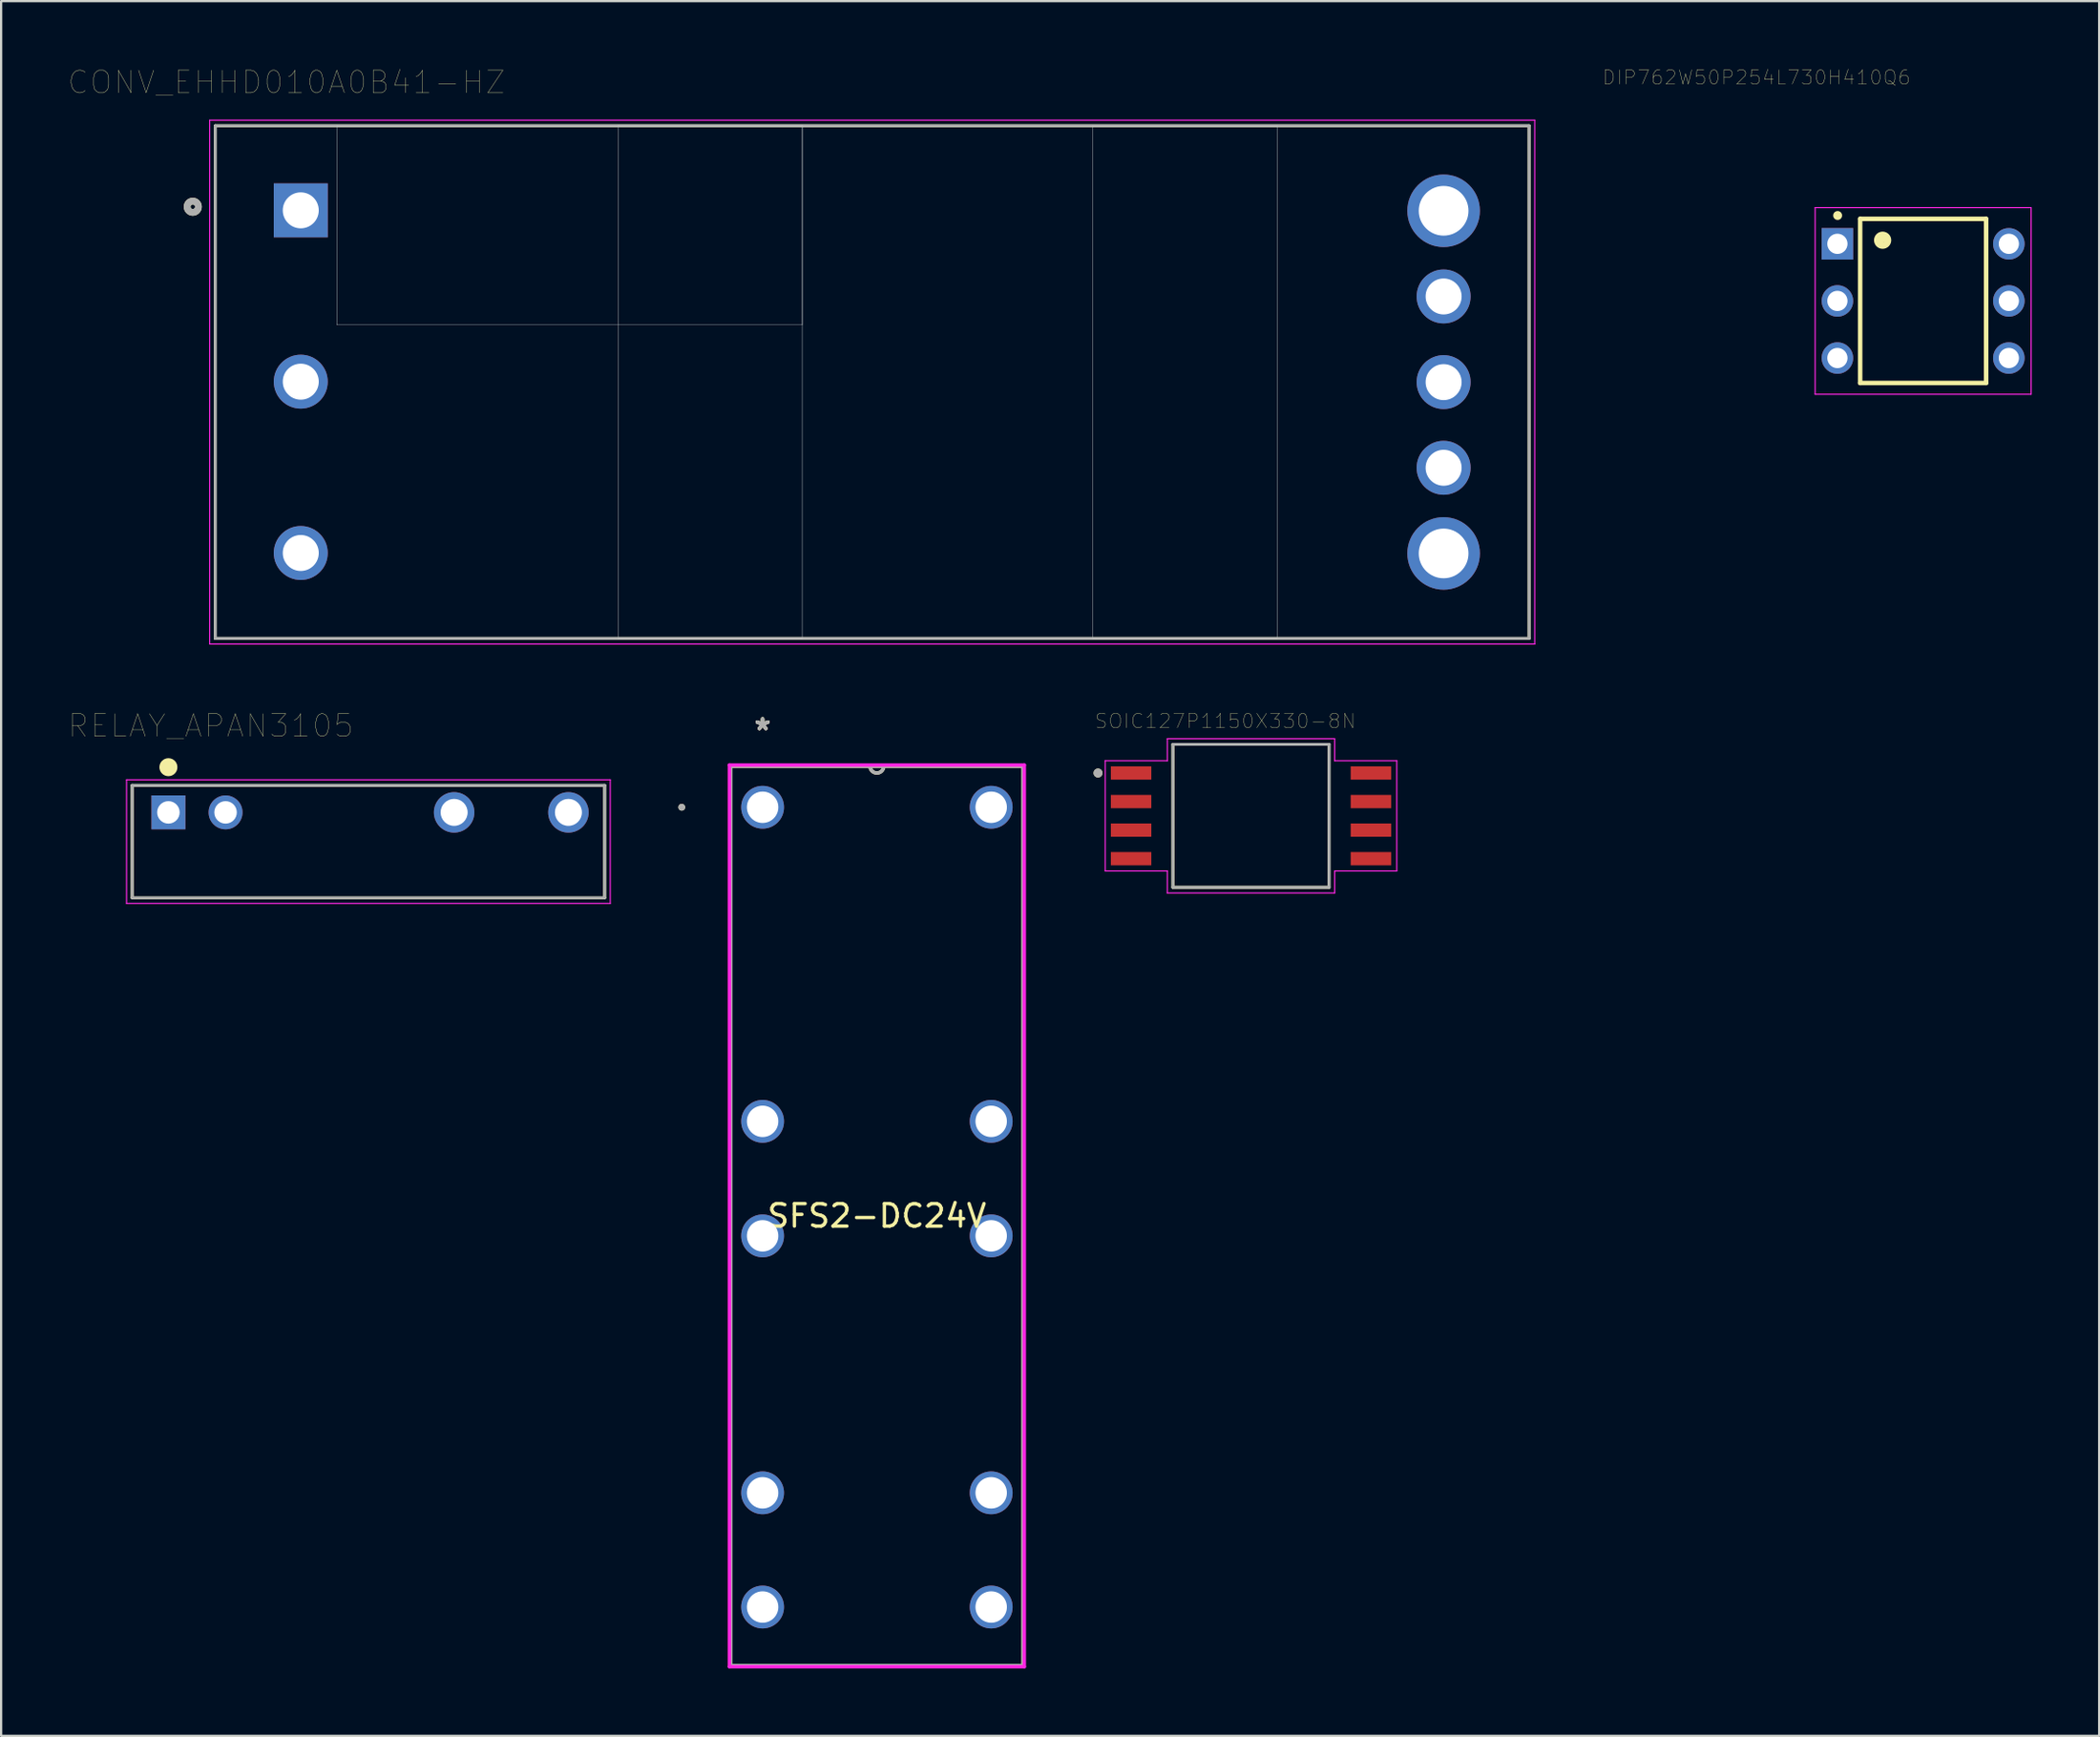
<source format=kicad_pcb>
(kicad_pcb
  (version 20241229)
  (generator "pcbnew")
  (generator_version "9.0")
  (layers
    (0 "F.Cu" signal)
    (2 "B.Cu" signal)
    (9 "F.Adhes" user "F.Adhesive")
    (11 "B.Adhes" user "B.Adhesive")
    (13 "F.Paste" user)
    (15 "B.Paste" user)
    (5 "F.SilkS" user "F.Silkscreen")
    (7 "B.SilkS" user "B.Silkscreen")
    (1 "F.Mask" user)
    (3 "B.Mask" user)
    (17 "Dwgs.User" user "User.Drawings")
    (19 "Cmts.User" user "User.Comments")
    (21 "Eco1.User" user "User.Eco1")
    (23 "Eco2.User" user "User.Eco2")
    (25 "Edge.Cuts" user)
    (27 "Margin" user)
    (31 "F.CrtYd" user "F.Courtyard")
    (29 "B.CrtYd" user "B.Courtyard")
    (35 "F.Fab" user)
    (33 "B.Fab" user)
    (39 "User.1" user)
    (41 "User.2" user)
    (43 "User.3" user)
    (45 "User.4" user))
  (footprint "SOIC127P1150X330-8N"
    (layer "F.Cu")
    (at 52.557 33.238)
    (property "Reference" "SOIC127P1150X330-8N" (at -1.143 -4.216 0) (layer "F.SilkS") (effects (font (size 0.64 0.64) (thickness 0.015))))
    (attr through_hole)
    (fp_line (start -3.47 -3.18) (end -3.47 3.18) (stroke (width 0.127) (type solid)) (layer "F.SilkS"))
    (fp_line (start -3.47 3.18) (end 3.47 3.18) (stroke (width 0.127) (type solid)) (layer "F.SilkS"))
    (fp_line (start 3.47 -3.18) (end -3.47 -3.18) (stroke (width 0.127) (type solid)) (layer "F.SilkS"))
    (fp_line (start 3.47 3.18) (end 3.47 -3.18) (stroke (width 0.127) (type solid)) (layer "F.SilkS"))
    (fp_circle (center -6.8 -1.905) (end -6.7 -1.905) (stroke (width 0.2) (type solid)) (fill no) (layer "F.SilkS"))
    (fp_line (start -6.48 -2.45) (end -3.72 -2.45) (stroke (width 0.05) (type solid)) (layer "F.CrtYd"))
    (fp_line (start -6.48 2.45) (end -6.48 -2.45) (stroke (width 0.05) (type solid)) (layer "F.CrtYd"))
    (fp_line (start -6.48 2.45) (end -3.72 2.45) (stroke (width 0.05) (type solid)) (layer "F.CrtYd"))
    (fp_line (start -3.72 -3.43) (end -3.72 -2.45) (stroke (width 0.05) (type solid)) (layer "F.CrtYd"))
    (fp_line (start -3.72 -3.43) (end 3.72 -3.43) (stroke (width 0.05) (type solid)) (layer "F.CrtYd"))
    (fp_line (start -3.72 3.43) (end -3.72 2.45) (stroke (width 0.05) (type solid)) (layer "F.CrtYd"))
    (fp_line (start 3.72 -3.43) (end 3.72 -2.45) (stroke (width 0.05) (type solid)) (layer "F.CrtYd"))
    (fp_line (start 3.72 3.43) (end -3.72 3.43) (stroke (width 0.05) (type solid)) (layer "F.CrtYd"))
    (fp_line (start 3.72 3.43) (end 3.72 2.45) (stroke (width 0.05) (type solid)) (layer "F.CrtYd"))
    (fp_line (start 6.48 -2.45) (end 3.72 -2.45) (stroke (width 0.05) (type solid)) (layer "F.CrtYd"))
    (fp_line (start 6.48 -2.45) (end 6.48 2.45) (stroke (width 0.05) (type solid)) (layer "F.CrtYd"))
    (fp_line (start 6.48 2.45) (end 3.72 2.45) (stroke (width 0.05) (type solid)) (layer "F.CrtYd"))
    (fp_line (start -3.47 -3.18) (end -3.47 3.18) (stroke (width 0.127) (type solid)) (layer "F.Fab"))
    (fp_line (start -3.47 3.18) (end 3.47 3.18) (stroke (width 0.127) (type solid)) (layer "F.Fab"))
    (fp_line (start 3.47 -3.18) (end -3.47 -3.18) (stroke (width 0.127) (type solid)) (layer "F.Fab"))
    (fp_line (start 3.47 3.18) (end 3.47 -3.18) (stroke (width 0.127) (type solid)) (layer "F.Fab"))
    (fp_circle (center -6.8 -1.905) (end -6.7 -1.905) (stroke (width 0.2) (type solid)) (fill no) (layer "F.Fab"))
    (pad "1" smd rect (at -5.33 -1.905) (size 1.8 0.59) (layers "F.Cu" "F.Mask" "F.Paste"))
    (pad "2" smd rect (at -5.33 -0.635) (size 1.8 0.59) (layers "F.Cu" "F.Mask" "F.Paste"))
    (pad "3" smd rect (at -5.33 0.635) (size 1.8 0.59) (layers "F.Cu" "F.Mask" "F.Paste"))
    (pad "4" smd rect (at -5.33 1.905) (size 1.8 0.59) (layers "F.Cu" "F.Mask" "F.Paste"))
    (pad "5" smd rect (at 5.33 1.905) (size 1.8 0.59) (layers "F.Cu" "F.Mask" "F.Paste"))
    (pad "6" smd rect (at 5.33 0.635) (size 1.8 0.59) (layers "F.Cu" "F.Mask" "F.Paste"))
    (pad "7" smd rect (at 5.33 -0.635) (size 1.8 0.59) (layers "F.Cu" "F.Mask" "F.Paste"))
    (pad "8" smd rect (at 5.33 -1.905) (size 1.8 0.59) (layers "F.Cu" "F.Mask" "F.Paste")))
  (footprint "CONV_EHHD010A0B41-HZ"
    (layer "F.Cu")
    (at 35.719 13.946)
    (property "Reference" "CONV_EHHD010A0B41-HZ" (at -26.035 -13.335 0) (layer "F.SilkS") (effects (font (size 1 1) (thickness 0.015))))
    (attr through_hole)
    (fp_line (start -29.2 -11.4) (end 29.2 -11.4) (stroke (width 0.127) (type solid)) (layer "F.SilkS"))
    (fp_line (start -29.2 11.4) (end -29.2 -11.4) (stroke (width 0.127) (type solid)) (layer "F.SilkS"))
    (fp_line (start 29.2 -11.4) (end 29.2 11.4) (stroke (width 0.127) (type solid)) (layer "F.SilkS"))
    (fp_line (start 29.2 11.4) (end -29.2 11.4) (stroke (width 0.127) (type solid)) (layer "F.SilkS"))
    (fp_circle (center -30.2 -7.8) (end -30.1 -7.8) (stroke (width 0.3) (type solid)) (fill no) (layer "F.SilkS"))
    (fp_poly (pts (xy -23.8 -11.4) (xy -3.1 -11.4) (xy -3.1 -2.54) (xy -23.8 -2.54)) (stroke (width 0.01) (type solid)) (fill no) (layer "Dwgs.User"))
    (fp_poly (pts (xy -23.8 -11.4) (xy -3.1 -11.4) (xy -3.1 -2.54) (xy -23.8 -2.54)) (stroke (width 0.01) (type solid)) (fill no) (layer "Dwgs.User"))
    (fp_poly (pts (xy -11.3 -11.43) (xy -3.1 -11.43) (xy -3.1 11.4) (xy -11.3 11.4)) (stroke (width 0.01) (type solid)) (fill no) (layer "Dwgs.User"))
    (fp_poly (pts (xy -11.3 -11.43) (xy -3.1 -11.43) (xy -3.1 11.4) (xy -11.3 11.4)) (stroke (width 0.01) (type solid)) (fill no) (layer "Dwgs.User"))
    (fp_poly (pts (xy 9.8 -11.4) (xy 18 -11.4) (xy 18 11.4) (xy 9.8 11.4)) (stroke (width 0.01) (type solid)) (fill no) (layer "Dwgs.User"))
    (fp_poly (pts (xy 9.8 -11.4) (xy 18 -11.4) (xy 18 11.4) (xy 9.8 11.4)) (stroke (width 0.01) (type solid)) (fill no) (layer "Dwgs.User"))
    (fp_line (start -29.45 -11.65) (end 29.45 -11.65) (stroke (width 0.05) (type solid)) (layer "F.CrtYd"))
    (fp_line (start -29.45 11.65) (end -29.45 -11.65) (stroke (width 0.05) (type solid)) (layer "F.CrtYd"))
    (fp_line (start 29.45 -11.65) (end 29.45 11.65) (stroke (width 0.05) (type solid)) (layer "F.CrtYd"))
    (fp_line (start 29.45 11.65) (end -29.45 11.65) (stroke (width 0.05) (type solid)) (layer "F.CrtYd"))
    (fp_line (start -29.2 -11.4) (end 29.2 -11.4) (stroke (width 0.127) (type solid)) (layer "F.Fab"))
    (fp_line (start -29.2 11.4) (end -29.2 -11.4) (stroke (width 0.127) (type solid)) (layer "F.Fab"))
    (fp_line (start 29.2 -11.4) (end 29.2 11.4) (stroke (width 0.127) (type solid)) (layer "F.Fab"))
    (fp_line (start 29.2 11.4) (end -29.2 11.4) (stroke (width 0.127) (type solid)) (layer "F.Fab"))
    (fp_circle (center -30.2 -7.8) (end -30.1 -7.8) (stroke (width 0.3) (type solid)) (fill no) (layer "F.Fab"))
    (pad "1" thru_hole rect (at -25.4 -7.64) (size 2.4 2.4) (drill 1.6) (layers "*.Cu" "*.Mask"))
    (pad "2" thru_hole circle (at -25.4 -0.02) (size 2.4 2.4) (drill 1.6) (layers "*.Cu" "*.Mask"))
    (pad "3" thru_hole circle (at -25.4 7.6) (size 2.4 2.4) (drill 1.6) (layers "*.Cu" "*.Mask"))
    (pad "4" thru_hole circle (at 25.4 7.62) (size 3.226 3.226) (drill 2.21) (layers "*.Cu" "*.Mask"))
    (pad "5" thru_hole circle (at 25.4 3.81) (size 2.4 2.4) (drill 1.6) (layers "*.Cu" "*.Mask"))
    (pad "6" thru_hole circle (at 25.4 0) (size 2.4 2.4) (drill 1.6) (layers "*.Cu" "*.Mask"))
    (pad "7" thru_hole circle (at 25.4 -3.81) (size 2.4 2.4) (drill 1.6) (layers "*.Cu" "*.Mask"))
    (pad "8" thru_hole circle (at 25.4 -7.62) (size 3.226 3.226) (drill 2.21) (layers "*.Cu" "*.Mask")))
  (footprint "DIP762W50P254L730H410Q6"
    (layer "F.Cu")
    (at 82.433 10.335)
    (property "Reference" "DIP762W50P254L730H410Q6" (at -7.41 -9.94 0) (layer "F.SilkS") (effects (font (size 0.63 0.63) (thickness 0.015))))
    (attr through_hole)
    (fp_line (start -2.8 -3.65) (end 2.8 -3.65) (stroke (width 0.2) (type solid)) (layer "F.SilkS"))
    (fp_line (start -2.8 3.65) (end -2.8 -3.65) (stroke (width 0.2) (type solid)) (layer "F.SilkS"))
    (fp_line (start -2 -2.6) (end -1.8 -2.9) (stroke (width 0.2) (type solid)) (layer "F.SilkS"))
    (fp_line (start -2 -2.6) (end -1.8 -2.7) (stroke (width 0.2) (type solid)) (layer "F.SilkS"))
    (fp_line (start -1.8 -2.9) (end -1.6 -2.7) (stroke (width 0.2) (type solid)) (layer "F.SilkS"))
    (fp_line (start -1.7 -2.5) (end -2 -2.6) (stroke (width 0.2) (type solid)) (layer "F.SilkS"))
    (fp_line (start -1.6 -2.7) (end -1.7 -2.5) (stroke (width 0.2) (type solid)) (layer "F.SilkS"))
    (fp_line (start 2.8 -3.65) (end 2.8 3.65) (stroke (width 0.2) (type solid)) (layer "F.SilkS"))
    (fp_line (start 2.8 3.65) (end -2.8 3.65) (stroke (width 0.2) (type solid)) (layer "F.SilkS"))
    (fp_circle (center -3.8 -3.8) (end -3.7 -3.8) (stroke (width 0.2) (type solid)) (fill no) (layer "F.SilkS"))
    (fp_circle (center -1.8 -2.7) (end -1.517 -2.7) (stroke (width 0.2) (type solid)) (fill no) (layer "F.SilkS"))
    (fp_line (start -4.8 -4.15) (end 4.8 -4.15) (stroke (width 0.05) (type solid)) (layer "F.CrtYd"))
    (fp_line (start -4.8 4.15) (end -4.8 -4.15) (stroke (width 0.05) (type solid)) (layer "F.CrtYd"))
    (fp_line (start 4.8 -4.15) (end 4.8 4.15) (stroke (width 0.05) (type solid)) (layer "F.CrtYd"))
    (fp_line (start 4.8 4.15) (end -4.8 4.15) (stroke (width 0.05) (type solid)) (layer "F.CrtYd"))
    (pad "1" thru_hole rect (at -3.81 -2.54) (size 1.4 1.4) (drill 0.9) (layers "*.Cu" "*.Mask"))
    (pad "2" thru_hole circle (at -3.81 0) (size 1.4 1.4) (drill 0.9) (layers "*.Cu" "*.Mask"))
    (pad "3" thru_hole circle (at -3.81 2.54) (size 1.4 1.4) (drill 0.9) (layers "*.Cu" "*.Mask"))
    (pad "4" thru_hole circle (at 3.81 2.54) (size 1.4 1.4) (drill 0.9) (layers "*.Cu" "*.Mask"))
    (pad "5" thru_hole circle (at 3.81 0) (size 1.4 1.4) (drill 0.9) (layers "*.Cu" "*.Mask"))
    (pad "6" thru_hole circle (at 3.81 -2.54) (size 1.4 1.4) (drill 0.9) (layers "*.Cu" "*.Mask")))
  (footprint "SFS2-DC24V"
    (layer "F.Cu")
    (at 35.928 51.03)
    (property "Reference" "SFS2-DC24V" (at 0 0 0) (layer "F.SilkS") (effects (font (size 1 1) (thickness 0.15))))
    (attr through_hole)
    (fp_line (start -6.502 -20.003) (end -6.502 20.003) (stroke (width 0.152) (type solid)) (layer "F.SilkS"))
    (fp_line (start -6.502 20.003) (end 6.502 20.003) (stroke (width 0.152) (type solid)) (layer "F.SilkS"))
    (fp_line (start 6.502 -20.003) (end -6.502 -20.003) (stroke (width 0.152) (type solid)) (layer "F.SilkS"))
    (fp_line (start 6.502 20.003) (end 6.502 -20.003) (stroke (width 0.152) (type solid)) (layer "F.SilkS"))
    (fp_arc (start 0.3048 -20.0025) (mid 0 -19.6977) (end -0.3048 -20.0025) (stroke (width 0.1524) (type solid)) (layer "F.SilkS"))
    (fp_circle (center -8.674 -18.174) (end -8.598 -18.174) (stroke (width 0.152) (type solid)) (fill no) (layer "F.SilkS"))
    (fp_line (start -6.553 -20.053) (end 6.553 -20.053) (stroke (width 0.152) (type solid)) (layer "F.CrtYd"))
    (fp_line (start -6.553 20.053) (end -6.553 -20.053) (stroke (width 0.152) (type solid)) (layer "F.CrtYd"))
    (fp_line (start 6.553 -20.053) (end 6.553 20.053) (stroke (width 0.152) (type solid)) (layer "F.CrtYd"))
    (fp_line (start 6.553 20.053) (end -6.553 20.053) (stroke (width 0.152) (type solid)) (layer "F.CrtYd"))
    (fp_line (start -6.502 -20.003) (end -6.502 20.003) (stroke (width 0.152) (type solid)) (layer "F.Fab"))
    (fp_line (start -6.502 20.003) (end 6.502 20.003) (stroke (width 0.152) (type solid)) (layer "F.Fab"))
    (fp_line (start 6.502 -20.003) (end -6.502 -20.003) (stroke (width 0.152) (type solid)) (layer "F.Fab"))
    (fp_line (start 6.502 20.003) (end 6.502 -20.003) (stroke (width 0.152) (type solid)) (layer "F.Fab"))
    (fp_arc (start 0.3048 -20.0025) (mid 0 -19.6977) (end -0.3048 -20.0025) (stroke (width 0.1524) (type solid)) (layer "F.Fab"))
    (fp_circle (center -8.674 -18.174) (end -8.598 -18.174) (stroke (width 0.152) (type solid)) (fill no) (layer "F.Fab"))
    (fp_text user "*" (at -5.08 -21.56 0) (layer "F.SilkS") (effects (font (size 1 1) (thickness 0.15))))
    (fp_text user "*" (at -5.08 -21.56 0) (layer "F.SilkS") (effects (font (size 1 1) (thickness 0.15))))
    (fp_text user "Copyright 2016 Accelerated Designs. All rights reserved." (at 0 0 0) (layer "Cmts.User") (effects (font (size 0.127 0.127) (thickness 0.002))))
    (fp_text user "*" (at -5.08 -21.56 0) (layer "F.Fab") (effects (font (size 1 1) (thickness 0.15))))
    (fp_text user "*" (at -5.08 -21.56 0) (layer "F.Fab") (effects (font (size 1 1) (thickness 0.15))))
    (pad "1" thru_hole circle (at -5.08 -18.174) (size 1.905 1.905) (drill 1.397) (layers "*.Cu" "*.Mask"))
    (pad "2" thru_hole circle (at -5.08 -4.204) (size 1.905 1.905) (drill 1.397) (layers "*.Cu" "*.Mask"))
    (pad "3" thru_hole circle (at -5.08 0.889) (size 1.905 1.905) (drill 1.397) (layers "*.Cu" "*.Mask"))
    (pad "4" thru_hole circle (at -5.08 12.319) (size 1.905 1.905) (drill 1.397) (layers "*.Cu" "*.Mask"))
    (pad "5" thru_hole circle (at -5.08 17.399) (size 1.905 1.905) (drill 1.397) (layers "*.Cu" "*.Mask"))
    (pad "6" thru_hole circle (at 5.08 17.399) (size 1.905 1.905) (drill 1.397) (layers "*.Cu" "*.Mask"))
    (pad "7" thru_hole circle (at 5.08 12.319) (size 1.905 1.905) (drill 1.397) (layers "*.Cu" "*.Mask"))
    (pad "8" thru_hole circle (at 5.08 0.889) (size 1.905 1.905) (drill 1.397) (layers "*.Cu" "*.Mask"))
    (pad "9" thru_hole circle (at 5.08 -4.204) (size 1.905 1.905) (drill 1.397) (layers "*.Cu" "*.Mask"))
    (pad "10" thru_hole circle (at 5.08 -18.174) (size 1.905 1.905) (drill 1.397) (layers "*.Cu" "*.Mask")))
  (footprint "RELAY_APAN3105"
    (layer "F.Cu")
    (at 4.436 33.084)
    (property "Reference" "RELAY_APAN3105" (at 1.876 -3.85 0) (layer "F.SilkS") (effects (font (size 1.001 1.001) (thickness 0.015))))
    (attr through_hole)
    (fp_line (start -1.61 -1.2) (end 19.39 -1.2) (stroke (width 0.127) (type solid)) (layer "F.SilkS"))
    (fp_line (start -1.61 3.8) (end -1.61 -1.2) (stroke (width 0.127) (type solid)) (layer "F.SilkS"))
    (fp_line (start 19.39 -1.2) (end 19.39 3.8) (stroke (width 0.127) (type solid)) (layer "F.SilkS"))
    (fp_line (start 19.39 3.8) (end -1.61 3.8) (stroke (width 0.127) (type solid)) (layer "F.SilkS"))
    (fp_circle (center 0 -2.01) (end 0.2 -2.01) (stroke (width 0.4) (type solid)) (fill no) (layer "F.SilkS"))
    (fp_line (start -1.86 -1.45) (end 19.64 -1.45) (stroke (width 0.05) (type solid)) (layer "F.CrtYd"))
    (fp_line (start -1.86 4.05) (end -1.86 -1.45) (stroke (width 0.05) (type solid)) (layer "F.CrtYd"))
    (fp_line (start 19.64 -1.45) (end 19.64 4.05) (stroke (width 0.05) (type solid)) (layer "F.CrtYd"))
    (fp_line (start 19.64 4.05) (end -1.86 4.05) (stroke (width 0.05) (type solid)) (layer "F.CrtYd"))
    (fp_line (start -1.61 -1.2) (end 19.39 -1.2) (stroke (width 0.127) (type solid)) (layer "F.Fab"))
    (fp_line (start -1.61 3.8) (end -1.61 -1.2) (stroke (width 0.127) (type solid)) (layer "F.Fab"))
    (fp_line (start 19.39 -1.2) (end 19.39 3.8) (stroke (width 0.127) (type solid)) (layer "F.Fab"))
    (fp_line (start 19.39 3.8) (end -1.61 3.8) (stroke (width 0.127) (type solid)) (layer "F.Fab"))
    (pad "C1" thru_hole rect (at 0 0) (size 1.508 1.508) (drill 1) (layers "*.Cu" "*.Mask"))
    (pad "C2" thru_hole circle (at 2.54 0) (size 1.508 1.508) (drill 1) (layers "*.Cu" "*.Mask"))
    (pad "M" thru_hole circle (at 17.78 0) (size 1.8 1.8) (drill 1.2) (layers "*.Cu" "*.Mask"))
    (pad "NO" thru_hole circle (at 12.7 0) (size 1.8 1.8) (drill 1.2) (layers "*.Cu" "*.Mask")))
  (gr_rect
    (start -3 -3)
    (end 90.258 74.159)
    (stroke (width 0.1) (type default))
    (fill no)
    (layer "Edge.Cuts")))
</source>
